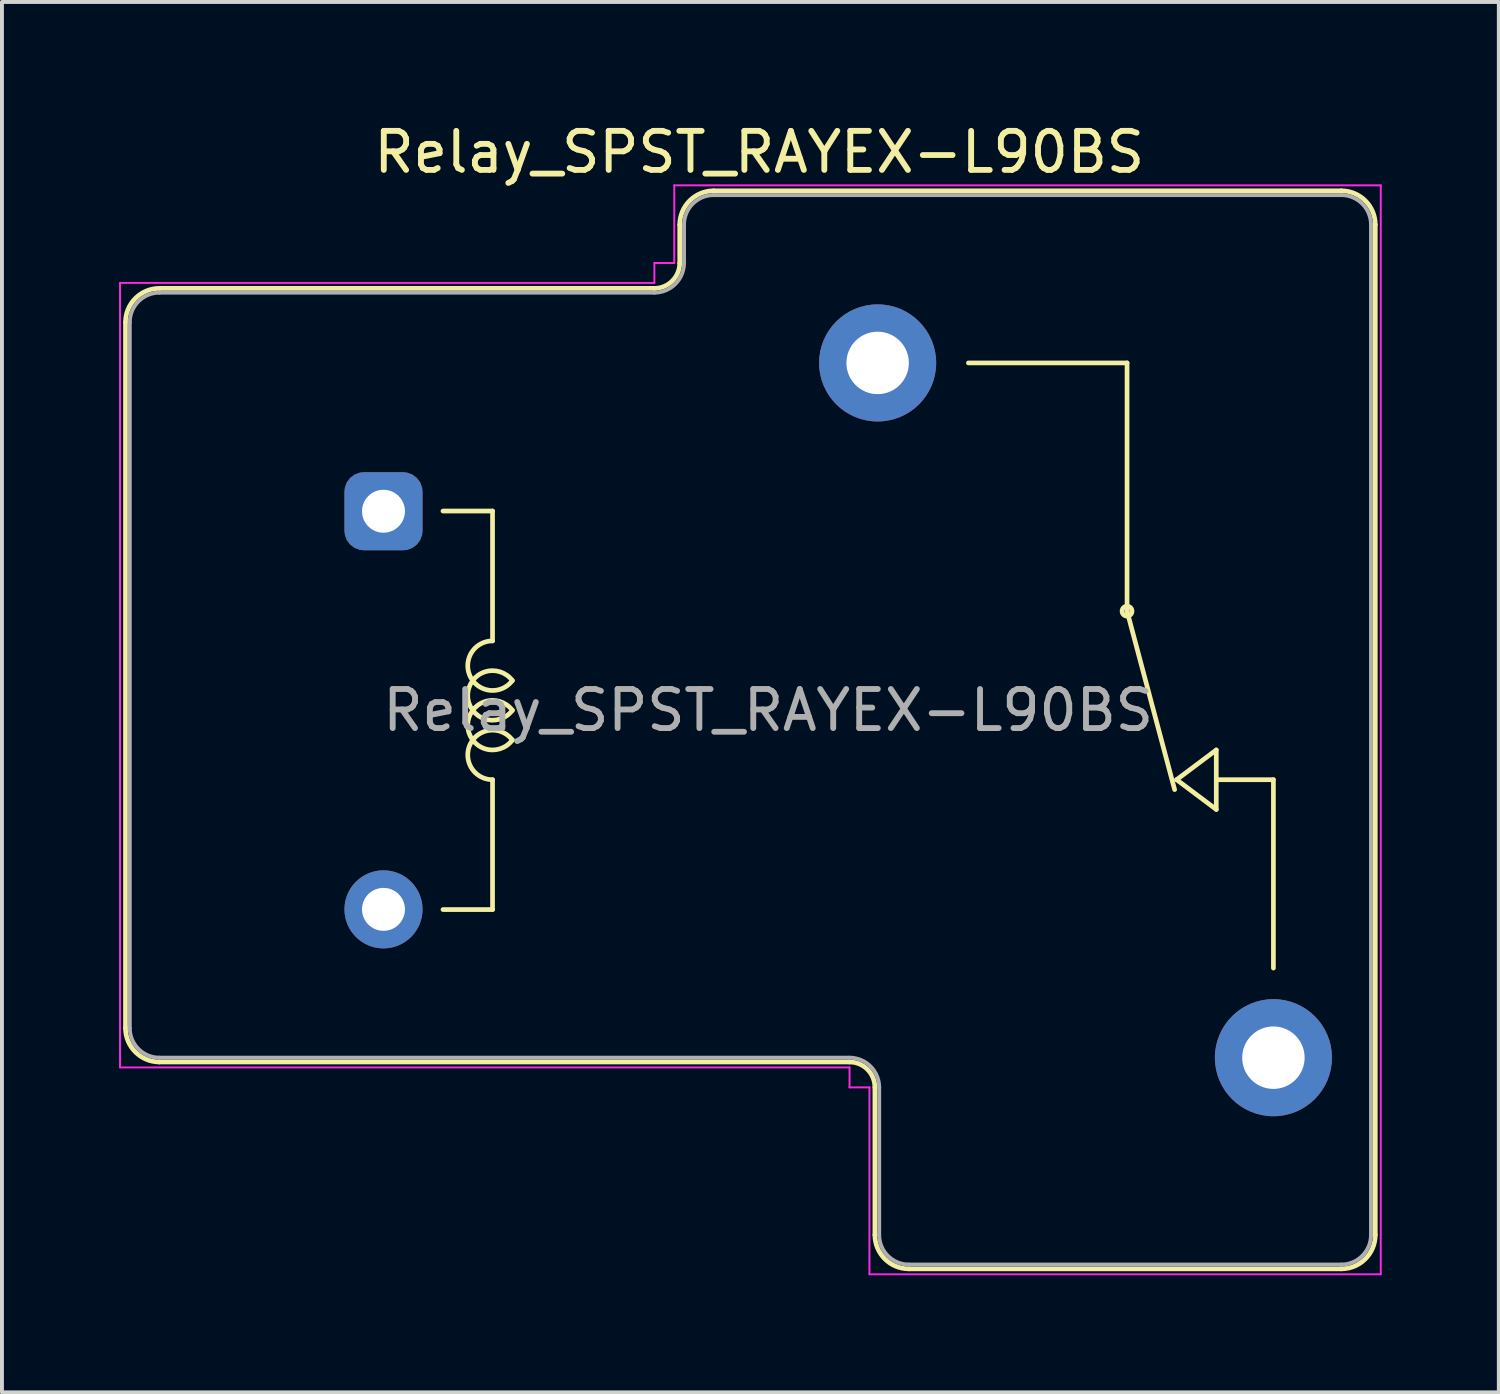
<source format=kicad_pcb>
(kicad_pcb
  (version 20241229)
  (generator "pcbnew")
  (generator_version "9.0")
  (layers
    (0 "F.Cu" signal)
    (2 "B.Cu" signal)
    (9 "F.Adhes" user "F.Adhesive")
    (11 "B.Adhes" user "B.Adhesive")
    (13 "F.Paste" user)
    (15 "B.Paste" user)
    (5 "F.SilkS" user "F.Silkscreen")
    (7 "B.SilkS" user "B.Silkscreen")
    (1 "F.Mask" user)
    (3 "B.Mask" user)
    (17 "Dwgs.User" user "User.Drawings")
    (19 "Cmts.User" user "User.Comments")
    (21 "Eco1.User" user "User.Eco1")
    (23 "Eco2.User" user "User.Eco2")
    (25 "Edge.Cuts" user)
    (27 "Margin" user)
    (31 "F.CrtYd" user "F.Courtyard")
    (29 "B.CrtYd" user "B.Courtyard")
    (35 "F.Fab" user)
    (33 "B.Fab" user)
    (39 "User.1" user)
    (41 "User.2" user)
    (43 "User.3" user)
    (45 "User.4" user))
  (footprint "Relay_SPST_RAYEX-L90BS"
    (layer "F.Cu")
    (at 4.235 15.148)
    (property "Reference" "Relay_SPST_RAYEX-L90BS" (at 12.167 -14.3 0) (layer "F.SilkS") (effects (font (size 1 1) (thickness 0.15))))
    (attr through_hole)
    (fp_line (start -4.07 -9.94) (end -4.07 8.14) (stroke (width 0.12) (type solid)) (layer "F.SilkS"))
    (fp_line (start -3.2 -10.81) (end 9.48 -10.81) (stroke (width 0.12) (type solid)) (layer "F.SilkS"))
    (fp_line (start -3.2 9.01) (end 14.48 9.01) (stroke (width 0.12) (type solid)) (layer "F.SilkS"))
    (fp_line (start 4.064 -5.105) (end 5.334 -5.105) (stroke (width 0.12) (type solid)) (layer "F.SilkS"))
    (fp_line (start 5.334 -1.778) (end 5.334 -5.105) (stroke (width 0.12) (type solid)) (layer "F.SilkS"))
    (fp_line (start 5.334 5.105) (end 4.064 5.105) (stroke (width 0.12) (type solid)) (layer "F.SilkS"))
    (fp_line (start 5.334 5.105) (end 5.334 1.778) (stroke (width 0.12) (type solid)) (layer "F.SilkS"))
    (fp_line (start 10.13 -12.44) (end 10.13 -11.46) (stroke (width 0.12) (type solid)) (layer "F.SilkS"))
    (fp_line (start 11 -13.31) (end 27.08 -13.31) (stroke (width 0.12) (type solid)) (layer "F.SilkS"))
    (fp_line (start 15.13 9.66) (end 15.13 13.44) (stroke (width 0.12) (type solid)) (layer "F.SilkS"))
    (fp_line (start 16 14.31) (end 27.08 14.31) (stroke (width 0.12) (type solid)) (layer "F.SilkS"))
    (fp_line (start 21.59 -8.9) (end 17.526 -8.9) (stroke (width 0.12) (type solid)) (layer "F.SilkS"))
    (fp_line (start 21.59 -2.54) (end 21.59 -8.9) (stroke (width 0.12) (type solid)) (layer "F.SilkS"))
    (fp_line (start 21.59 -2.54) (end 22.809 2.032) (stroke (width 0.12) (type solid)) (layer "F.SilkS"))
    (fp_line (start 22.86 1.778) (end 23.876 1.016) (stroke (width 0.12) (type solid)) (layer "F.SilkS"))
    (fp_line (start 23.876 1.778) (end 25.34 1.778) (stroke (width 0.12) (type solid)) (layer "F.SilkS"))
    (fp_line (start 23.876 2.54) (end 22.86 1.778) (stroke (width 0.12) (type solid)) (layer "F.SilkS"))
    (fp_line (start 23.876 2.54) (end 23.876 1.016) (stroke (width 0.12) (type solid)) (layer "F.SilkS"))
    (fp_line (start 25.34 1.778) (end 25.34 6.604) (stroke (width 0.12) (type solid)) (layer "F.SilkS"))
    (fp_line (start 27.95 -12.44) (end 27.95 13.44) (stroke (width 0.12) (type solid)) (layer "F.SilkS"))
    (fp_arc (start -4.07 -9.94) (mid -3.815183 -10.555183) (end -3.2 -10.81) (stroke (width 0.12) (type solid)) (layer "F.SilkS"))
    (fp_arc (start -3.2 9.01) (mid -3.815183 8.755183) (end -4.07 8.14) (stroke (width 0.12) (type solid)) (layer "F.SilkS"))
    (fp_arc (start 5.334002 1.777997) (mid 4.765966 0.859166) (end 5.841802 0.76173) (stroke (width 0.12) (type solid)) (layer "F.SilkS"))
    (fp_arc (start 5.8418 -0.761733) (mid 4.765964 -0.859168) (end 5.334 -1.778) (stroke (width 0.12) (type solid)) (layer "F.SilkS"))
    (fp_arc (start 5.842265 -0.000355) (mid 4.699002 -0.38078) (end 5.842 -0.762001) (stroke (width 0.12) (type solid)) (layer "F.SilkS"))
    (fp_arc (start 5.842266 0.761644) (mid 4.699003 0.381219) (end 5.842001 -0.000002) (stroke (width 0.12) (type solid)) (layer "F.SilkS"))
    (fp_arc (start 10.13 -12.44) (mid 10.384817 -13.055183) (end 11 -13.31) (stroke (width 0.12) (type solid)) (layer "F.SilkS"))
    (fp_arc (start 10.13 -11.46) (mid 9.939619 -11.000381) (end 9.48 -10.81) (stroke (width 0.12) (type solid)) (layer "F.SilkS"))
    (fp_arc (start 14.48 9.01) (mid 14.939619 9.200381) (end 15.13 9.66) (stroke (width 0.12) (type solid)) (layer "F.SilkS"))
    (fp_arc (start 16 14.31) (mid 15.384817 14.055183) (end 15.13 13.44) (stroke (width 0.12) (type solid)) (layer "F.SilkS"))
    (fp_arc (start 27.08 -13.31) (mid 27.695183 -13.055183) (end 27.95 -12.44) (stroke (width 0.12) (type solid)) (layer "F.SilkS"))
    (fp_arc (start 27.95 13.44) (mid 27.695183 14.055183) (end 27.08 14.31) (stroke (width 0.12) (type solid)) (layer "F.SilkS"))
    (fp_circle (center 21.59 -2.54) (end 21.59 -2.413) (stroke (width 0.12) (type solid)) (fill no) (layer "F.SilkS"))
    (fp_line (start -4.21 -10.95) (end -4.21 9.15) (stroke (width 0.05) (type solid)) (layer "F.CrtYd"))
    (fp_line (start -4.21 -10.95) (end 9.48 -10.95) (stroke (width 0.05) (type solid)) (layer "F.CrtYd"))
    (fp_line (start -4.21 9.15) (end 14.48 9.15) (stroke (width 0.05) (type solid)) (layer "F.CrtYd"))
    (fp_line (start 9.48 -11.46) (end 9.48 -10.95) (stroke (width 0.05) (type solid)) (layer "F.CrtYd"))
    (fp_line (start 9.48 -11.46) (end 9.99 -11.46) (stroke (width 0.05) (type solid)) (layer "F.CrtYd"))
    (fp_line (start 9.99 -13.45) (end 9.99 -11.46) (stroke (width 0.05) (type solid)) (layer "F.CrtYd"))
    (fp_line (start 9.99 -13.45) (end 28.09 -13.45) (stroke (width 0.05) (type solid)) (layer "F.CrtYd"))
    (fp_line (start 14.48 9.15) (end 14.48 9.66) (stroke (width 0.05) (type solid)) (layer "F.CrtYd"))
    (fp_line (start 14.48 9.66) (end 14.99 9.66) (stroke (width 0.05) (type solid)) (layer "F.CrtYd"))
    (fp_line (start 14.99 9.66) (end 14.99 14.45) (stroke (width 0.05) (type solid)) (layer "F.CrtYd"))
    (fp_line (start 14.99 14.45) (end 28.09 14.45) (stroke (width 0.05) (type solid)) (layer "F.CrtYd"))
    (fp_line (start 28.09 -13.45) (end 28.09 14.45) (stroke (width 0.05) (type solid)) (layer "F.CrtYd"))
    (fp_line (start -3.96 -9.94) (end -3.96 8.14) (stroke (width 0.1) (type solid)) (layer "F.Fab"))
    (fp_line (start -3.2 -10.7) (end 9.48 -10.7) (stroke (width 0.1) (type solid)) (layer "F.Fab"))
    (fp_line (start -3.2 8.9) (end 14.48 8.9) (stroke (width 0.1) (type solid)) (layer "F.Fab"))
    (fp_line (start 10.24 -12.44) (end 10.24 -11.46) (stroke (width 0.1) (type solid)) (layer "F.Fab"))
    (fp_line (start 11 -13.2) (end 27.08 -13.2) (stroke (width 0.1) (type solid)) (layer "F.Fab"))
    (fp_line (start 15.24 9.66) (end 15.24 13.44) (stroke (width 0.1) (type solid)) (layer "F.Fab"))
    (fp_line (start 16 14.2) (end 27.08 14.2) (stroke (width 0.1) (type solid)) (layer "F.Fab"))
    (fp_line (start 27.84 -12.44) (end 27.84 13.44) (stroke (width 0.1) (type solid)) (layer "F.Fab"))
    (fp_arc (start -3.96 -9.94) (mid -3.737401 -10.477401) (end -3.2 -10.7) (stroke (width 0.1) (type solid)) (layer "F.Fab"))
    (fp_arc (start -3.2 8.9) (mid -3.737401 8.677401) (end -3.96 8.14) (stroke (width 0.1) (type solid)) (layer "F.Fab"))
    (fp_arc (start 10.24 -12.44) (mid 10.462599 -12.977401) (end 11 -13.2) (stroke (width 0.1) (type solid)) (layer "F.Fab"))
    (fp_arc (start 10.24 -11.46) (mid 10.017401 -10.922599) (end 9.48 -10.7) (stroke (width 0.1) (type solid)) (layer "F.Fab"))
    (fp_arc (start 14.48 8.9) (mid 15.017401 9.122599) (end 15.24 9.66) (stroke (width 0.1) (type solid)) (layer "F.Fab"))
    (fp_arc (start 16 14.2) (mid 15.462599 13.977401) (end 15.24 13.44) (stroke (width 0.1) (type solid)) (layer "F.Fab"))
    (fp_arc (start 27.08 -13.2) (mid 27.617401 -12.977401) (end 27.84 -12.44) (stroke (width 0.1) (type solid)) (layer "F.Fab"))
    (fp_arc (start 27.84 13.44) (mid 27.617401 13.977401) (end 27.08 14.2) (stroke (width 0.1) (type solid)) (layer "F.Fab"))
    (fp_text user "${REFERENCE}" (at 12.395 0 0) (layer "F.Fab") (effects (font (size 1 1) (thickness 0.15))))
    (pad "11" thru_hole circle (at 15.2 -8.9 180) (size 3 3) (drill 1.6) (layers "*.Cu" "*.Mask"))
    (pad "12" thru_hole circle (at 25.34 8.9 180) (size 3 3) (drill 1.6) (layers "*.Cu" "*.Mask"))
    (pad "A1" thru_hole roundrect (at 2.54 -5.1 180) (size 2 2) (drill 1.1) (layers "*.Cu" "*.Mask") (roundrect_rratio 0.25))
    (pad "A2" thru_hole circle (at 2.54 5.1 180) (size 2 2) (drill 1.1) (layers "*.Cu" "*.Mask")))
  (gr_rect
    (start -3 -3)
    (end 35.35 32.623)
    (stroke (width 0.1) (type default))
    (fill no)
    (layer "Edge.Cuts")))
</source>
